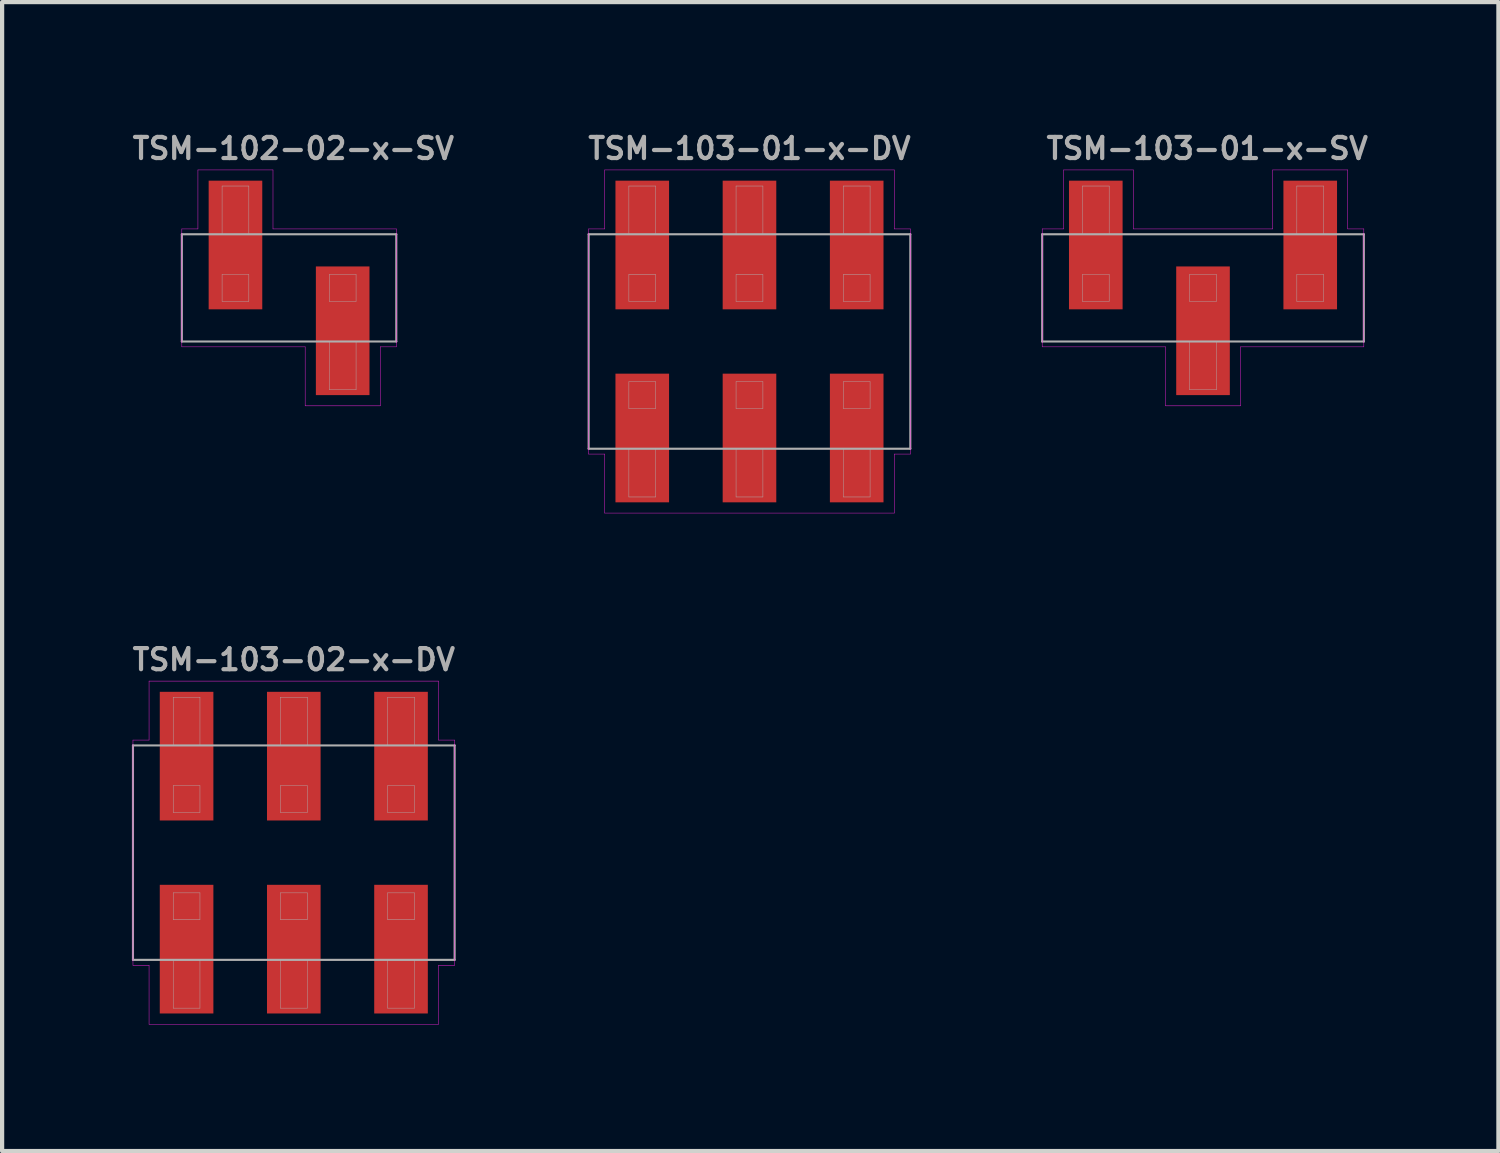
<source format=kicad_pcb>
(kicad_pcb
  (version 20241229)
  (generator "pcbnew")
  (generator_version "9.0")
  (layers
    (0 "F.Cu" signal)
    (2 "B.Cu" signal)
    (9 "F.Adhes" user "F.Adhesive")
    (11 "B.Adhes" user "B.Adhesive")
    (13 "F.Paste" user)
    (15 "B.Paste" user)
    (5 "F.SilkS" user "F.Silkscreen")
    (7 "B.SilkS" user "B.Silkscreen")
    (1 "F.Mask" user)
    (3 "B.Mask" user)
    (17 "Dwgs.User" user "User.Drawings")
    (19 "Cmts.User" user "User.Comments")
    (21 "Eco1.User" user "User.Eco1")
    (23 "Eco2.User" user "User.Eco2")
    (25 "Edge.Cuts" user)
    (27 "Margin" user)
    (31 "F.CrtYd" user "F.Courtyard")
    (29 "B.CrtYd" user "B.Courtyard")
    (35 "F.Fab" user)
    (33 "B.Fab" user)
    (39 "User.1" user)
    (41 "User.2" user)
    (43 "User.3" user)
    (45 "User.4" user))
  (footprint "TSM-103-02-x-DV"
    (layer "F.Cu")
    (at 3.91 17.149)
    (property "Reference" "TSM-103-02-x-DV" (at 0 -4.572 0) (layer "F.Fab") (effects (font (size 0.5 0.5) (thickness 0.1))))
    (attr smd)
    (fp_line (start -3.81 -2.667) (end -3.429 -2.667) (stroke (width 0.01) (type solid)) (layer "F.CrtYd"))
    (fp_line (start -3.81 2.667) (end -3.81 -2.667) (stroke (width 0.01) (type solid)) (layer "F.CrtYd"))
    (fp_line (start -3.429 -4.064) (end 3.429 -4.064) (stroke (width 0.01) (type solid)) (layer "F.CrtYd"))
    (fp_line (start -3.429 -2.667) (end -3.429 -4.064) (stroke (width 0.01) (type solid)) (layer "F.CrtYd"))
    (fp_line (start -3.429 2.667) (end -3.81 2.667) (stroke (width 0.01) (type solid)) (layer "F.CrtYd"))
    (fp_line (start -3.429 4.064) (end -3.429 2.667) (stroke (width 0.01) (type solid)) (layer "F.CrtYd"))
    (fp_line (start 3.429 -4.064) (end 3.429 -2.667) (stroke (width 0.01) (type solid)) (layer "F.CrtYd"))
    (fp_line (start 3.429 -2.667) (end 3.81 -2.667) (stroke (width 0.01) (type solid)) (layer "F.CrtYd"))
    (fp_line (start 3.429 2.667) (end 3.429 4.064) (stroke (width 0.01) (type solid)) (layer "F.CrtYd"))
    (fp_line (start 3.429 4.064) (end -3.429 4.064) (stroke (width 0.01) (type solid)) (layer "F.CrtYd"))
    (fp_line (start 3.81 -2.667) (end 3.81 2.667) (stroke (width 0.01) (type solid)) (layer "F.CrtYd"))
    (fp_line (start 3.81 2.667) (end 3.429 2.667) (stroke (width 0.01) (type solid)) (layer "F.CrtYd"))
    (fp_line (start -3.81 -2.54) (end 3.81 -2.54) (stroke (width 0.05) (type solid)) (layer "F.Fab"))
    (fp_line (start -3.81 2.54) (end -3.81 -2.54) (stroke (width 0.05) (type solid)) (layer "F.Fab"))
    (fp_line (start -2.857 -3.683) (end -2.223 -3.683) (stroke (width 0.01) (type solid)) (layer "F.Fab"))
    (fp_line (start -2.857 -2.54) (end -2.857 -3.683) (stroke (width 0.01) (type solid)) (layer "F.Fab"))
    (fp_line (start -2.857 -1.587) (end -2.857 -0.953) (stroke (width 0.01) (type solid)) (layer "F.Fab"))
    (fp_line (start -2.857 -0.953) (end -2.223 -0.953) (stroke (width 0.01) (type solid)) (layer "F.Fab"))
    (fp_line (start -2.857 0.953) (end -2.857 1.587) (stroke (width 0.01) (type solid)) (layer "F.Fab"))
    (fp_line (start -2.857 1.587) (end -2.223 1.587) (stroke (width 0.01) (type solid)) (layer "F.Fab"))
    (fp_line (start -2.857 3.683) (end -2.857 2.54) (stroke (width 0.01) (type solid)) (layer "F.Fab"))
    (fp_line (start -2.223 -3.683) (end -2.223 -2.54) (stroke (width 0.01) (type solid)) (layer "F.Fab"))
    (fp_line (start -2.223 -1.587) (end -2.857 -1.587) (stroke (width 0.01) (type solid)) (layer "F.Fab"))
    (fp_line (start -2.223 -0.953) (end -2.223 -1.587) (stroke (width 0.01) (type solid)) (layer "F.Fab"))
    (fp_line (start -2.223 0.953) (end -2.857 0.953) (stroke (width 0.01) (type solid)) (layer "F.Fab"))
    (fp_line (start -2.223 1.587) (end -2.223 0.953) (stroke (width 0.01) (type solid)) (layer "F.Fab"))
    (fp_line (start -2.223 2.54) (end -2.223 3.683) (stroke (width 0.01) (type solid)) (layer "F.Fab"))
    (fp_line (start -2.223 3.683) (end -2.857 3.683) (stroke (width 0.01) (type solid)) (layer "F.Fab"))
    (fp_line (start -0.318 -3.683) (end 0.318 -3.683) (stroke (width 0.01) (type solid)) (layer "F.Fab"))
    (fp_line (start -0.318 -2.54) (end -0.318 -3.683) (stroke (width 0.01) (type solid)) (layer "F.Fab"))
    (fp_line (start -0.318 -1.587) (end -0.318 -0.953) (stroke (width 0.01) (type solid)) (layer "F.Fab"))
    (fp_line (start -0.318 -0.953) (end 0.318 -0.953) (stroke (width 0.01) (type solid)) (layer "F.Fab"))
    (fp_line (start -0.318 0.953) (end -0.318 1.587) (stroke (width 0.01) (type solid)) (layer "F.Fab"))
    (fp_line (start -0.318 1.587) (end 0.318 1.587) (stroke (width 0.01) (type solid)) (layer "F.Fab"))
    (fp_line (start -0.318 3.683) (end -0.318 2.54) (stroke (width 0.01) (type solid)) (layer "F.Fab"))
    (fp_line (start 0.318 -3.683) (end 0.318 -2.54) (stroke (width 0.01) (type solid)) (layer "F.Fab"))
    (fp_line (start 0.318 -1.587) (end -0.318 -1.587) (stroke (width 0.01) (type solid)) (layer "F.Fab"))
    (fp_line (start 0.318 -0.953) (end 0.318 -1.587) (stroke (width 0.01) (type solid)) (layer "F.Fab"))
    (fp_line (start 0.318 0.953) (end -0.318 0.953) (stroke (width 0.01) (type solid)) (layer "F.Fab"))
    (fp_line (start 0.318 1.587) (end 0.318 0.953) (stroke (width 0.01) (type solid)) (layer "F.Fab"))
    (fp_line (start 0.318 2.54) (end 0.318 3.683) (stroke (width 0.01) (type solid)) (layer "F.Fab"))
    (fp_line (start 0.318 3.683) (end -0.318 3.683) (stroke (width 0.01) (type solid)) (layer "F.Fab"))
    (fp_line (start 2.223 -3.683) (end 2.857 -3.683) (stroke (width 0.01) (type solid)) (layer "F.Fab"))
    (fp_line (start 2.223 -2.54) (end 2.223 -3.683) (stroke (width 0.01) (type solid)) (layer "F.Fab"))
    (fp_line (start 2.223 -1.587) (end 2.223 -0.953) (stroke (width 0.01) (type solid)) (layer "F.Fab"))
    (fp_line (start 2.223 -0.953) (end 2.857 -0.953) (stroke (width 0.01) (type solid)) (layer "F.Fab"))
    (fp_line (start 2.223 0.953) (end 2.223 1.587) (stroke (width 0.01) (type solid)) (layer "F.Fab"))
    (fp_line (start 2.223 1.587) (end 2.857 1.587) (stroke (width 0.01) (type solid)) (layer "F.Fab"))
    (fp_line (start 2.223 3.683) (end 2.223 2.54) (stroke (width 0.01) (type solid)) (layer "F.Fab"))
    (fp_line (start 2.857 -3.683) (end 2.857 -2.54) (stroke (width 0.01) (type solid)) (layer "F.Fab"))
    (fp_line (start 2.857 -1.587) (end 2.223 -1.587) (stroke (width 0.01) (type solid)) (layer "F.Fab"))
    (fp_line (start 2.857 -0.953) (end 2.857 -1.587) (stroke (width 0.01) (type solid)) (layer "F.Fab"))
    (fp_line (start 2.857 0.953) (end 2.223 0.953) (stroke (width 0.01) (type solid)) (layer "F.Fab"))
    (fp_line (start 2.857 1.587) (end 2.857 0.953) (stroke (width 0.01) (type solid)) (layer "F.Fab"))
    (fp_line (start 2.857 2.54) (end 2.857 3.683) (stroke (width 0.01) (type solid)) (layer "F.Fab"))
    (fp_line (start 2.857 3.683) (end 2.223 3.683) (stroke (width 0.01) (type solid)) (layer "F.Fab"))
    (fp_line (start 3.81 -2.54) (end 3.81 2.54) (stroke (width 0.05) (type solid)) (layer "F.Fab"))
    (fp_line (start 3.81 2.54) (end -3.81 2.54) (stroke (width 0.05) (type solid)) (layer "F.Fab"))
    (pad "1" smd rect (at -2.54 2.286) (size 1.27 3.048) (layers "F.Cu" "F.Mask" "F.Paste"))
    (pad "2" smd rect (at -2.54 -2.286) (size 1.27 3.048) (layers "F.Cu" "F.Mask" "F.Paste"))
    (pad "3" smd rect (at 0 2.286) (size 1.27 3.048) (layers "F.Cu" "F.Mask" "F.Paste"))
    (pad "4" smd rect (at 0 -2.286) (size 1.27 3.048) (layers "F.Cu" "F.Mask" "F.Paste"))
    (pad "5" smd rect (at 2.54 2.286) (size 1.27 3.048) (layers "F.Cu" "F.Mask" "F.Paste"))
    (pad "6" smd rect (at 2.54 -2.286) (size 1.27 3.048) (layers "F.Cu" "F.Mask" "F.Paste")))
  (footprint "TSM-102-02-x-SV"
    (layer "F.Cu")
    (at 3.798 3.77)
    (property "Reference" "TSM-102-02-x-SV" (at 0.1 -3.302 0) (layer "F.Fab") (effects (font (size 0.5 0.5) (thickness 0.1))))
    (attr smd)
    (fp_line (start -2.54 -1.397) (end -2.54 1.397) (stroke (width 0.01) (type solid)) (layer "F.CrtYd"))
    (fp_line (start -2.54 -1.397) (end -2.159 -1.397) (stroke (width 0.01) (type solid)) (layer "F.CrtYd"))
    (fp_line (start -2.54 1.397) (end 0.381 1.397) (stroke (width 0.01) (type solid)) (layer "F.CrtYd"))
    (fp_line (start -2.159 -2.794) (end -0.381 -2.794) (stroke (width 0.01) (type solid)) (layer "F.CrtYd"))
    (fp_line (start -2.159 -1.397) (end -2.159 -2.794) (stroke (width 0.01) (type solid)) (layer "F.CrtYd"))
    (fp_line (start -0.381 -2.794) (end -0.381 -1.397) (stroke (width 0.01) (type solid)) (layer "F.CrtYd"))
    (fp_line (start -0.381 -1.397) (end 2.54 -1.397) (stroke (width 0.01) (type solid)) (layer "F.CrtYd"))
    (fp_line (start 0.381 1.397) (end 0.381 2.794) (stroke (width 0.01) (type solid)) (layer "F.CrtYd"))
    (fp_line (start 0.381 2.794) (end 2.159 2.794) (stroke (width 0.01) (type solid)) (layer "F.CrtYd"))
    (fp_line (start 2.159 1.397) (end 2.54 1.397) (stroke (width 0.01) (type solid)) (layer "F.CrtYd"))
    (fp_line (start 2.159 2.794) (end 2.159 1.397) (stroke (width 0.01) (type solid)) (layer "F.CrtYd"))
    (fp_line (start 2.54 1.397) (end 2.54 -1.397) (stroke (width 0.01) (type solid)) (layer "F.CrtYd"))
    (fp_line (start -2.54 -1.27) (end -2.54 1.27) (stroke (width 0.05) (type solid)) (layer "F.Fab"))
    (fp_line (start -2.54 1.27) (end 2.54 1.27) (stroke (width 0.05) (type solid)) (layer "F.Fab"))
    (fp_line (start -1.587 -2.413) (end -0.953 -2.413) (stroke (width 0.01) (type solid)) (layer "F.Fab"))
    (fp_line (start -1.587 -1.27) (end -1.587 -2.413) (stroke (width 0.01) (type solid)) (layer "F.Fab"))
    (fp_line (start -1.587 -0.318) (end -1.587 0.318) (stroke (width 0.01) (type solid)) (layer "F.Fab"))
    (fp_line (start -1.587 0.318) (end -0.953 0.318) (stroke (width 0.01) (type solid)) (layer "F.Fab"))
    (fp_line (start -0.953 -2.413) (end -0.953 -1.27) (stroke (width 0.01) (type solid)) (layer "F.Fab"))
    (fp_line (start -0.953 -0.318) (end -1.587 -0.318) (stroke (width 0.01) (type solid)) (layer "F.Fab"))
    (fp_line (start -0.953 0.318) (end -0.953 -0.318) (stroke (width 0.01) (type solid)) (layer "F.Fab"))
    (fp_line (start 0.953 -0.318) (end 0.953 0.318) (stroke (width 0.01) (type solid)) (layer "F.Fab"))
    (fp_line (start 0.953 0.318) (end 1.587 0.318) (stroke (width 0.01) (type solid)) (layer "F.Fab"))
    (fp_line (start 0.953 2.413) (end 0.953 1.27) (stroke (width 0.01) (type solid)) (layer "F.Fab"))
    (fp_line (start 1.587 -0.318) (end 0.953 -0.318) (stroke (width 0.01) (type solid)) (layer "F.Fab"))
    (fp_line (start 1.587 0.318) (end 1.587 -0.318) (stroke (width 0.01) (type solid)) (layer "F.Fab"))
    (fp_line (start 1.587 1.27) (end 1.587 2.413) (stroke (width 0.01) (type solid)) (layer "F.Fab"))
    (fp_line (start 1.587 2.413) (end 0.953 2.413) (stroke (width 0.01) (type solid)) (layer "F.Fab"))
    (fp_line (start 2.54 -1.27) (end -2.54 -1.27) (stroke (width 0.05) (type solid)) (layer "F.Fab"))
    (fp_line (start 2.54 1.27) (end 2.54 -1.27) (stroke (width 0.05) (type solid)) (layer "F.Fab"))
    (pad "1" smd rect (at -1.27 -1.016) (size 1.27 3.048) (layers "F.Cu" "F.Mask" "F.Paste"))
    (pad "2" smd rect (at 1.27 1.016) (size 1.27 3.048) (layers "F.Cu" "F.Mask" "F.Paste")))
  (footprint "TSM-103-01-x-SV"
    (layer "F.Cu")
    (at 25.449 3.77)
    (property "Reference" "TSM-103-01-x-SV" (at 0.1 -3.302 0) (layer "F.Fab") (effects (font (size 0.5 0.5) (thickness 0.1))))
    (attr smd)
    (fp_line (start -3.81 -1.397) (end -3.302 -1.397) (stroke (width 0.01) (type solid)) (layer "F.CrtYd"))
    (fp_line (start -3.81 1.397) (end -3.81 -1.397) (stroke (width 0.01) (type solid)) (layer "F.CrtYd"))
    (fp_line (start -3.302 -2.794) (end -1.651 -2.794) (stroke (width 0.01) (type solid)) (layer "F.CrtYd"))
    (fp_line (start -3.302 -1.397) (end -3.302 -2.794) (stroke (width 0.01) (type solid)) (layer "F.CrtYd"))
    (fp_line (start -1.651 -2.794) (end -1.651 -1.397) (stroke (width 0.01) (type solid)) (layer "F.CrtYd"))
    (fp_line (start -1.651 -1.397) (end 1.651 -1.397) (stroke (width 0.01) (type solid)) (layer "F.CrtYd"))
    (fp_line (start -0.889 1.397) (end -3.81 1.397) (stroke (width 0.01) (type solid)) (layer "F.CrtYd"))
    (fp_line (start -0.889 2.794) (end -0.889 1.397) (stroke (width 0.01) (type solid)) (layer "F.CrtYd"))
    (fp_line (start 0.889 1.397) (end 0.889 2.794) (stroke (width 0.01) (type solid)) (layer "F.CrtYd"))
    (fp_line (start 0.889 2.794) (end -0.889 2.794) (stroke (width 0.01) (type solid)) (layer "F.CrtYd"))
    (fp_line (start 1.651 -2.794) (end 3.429 -2.794) (stroke (width 0.01) (type solid)) (layer "F.CrtYd"))
    (fp_line (start 1.651 -1.397) (end 1.651 -2.794) (stroke (width 0.01) (type solid)) (layer "F.CrtYd"))
    (fp_line (start 3.429 -2.794) (end 3.429 -1.397) (stroke (width 0.01) (type solid)) (layer "F.CrtYd"))
    (fp_line (start 3.429 -1.397) (end 3.81 -1.397) (stroke (width 0.01) (type solid)) (layer "F.CrtYd"))
    (fp_line (start 3.81 -1.397) (end 3.81 1.397) (stroke (width 0.01) (type solid)) (layer "F.CrtYd"))
    (fp_line (start 3.81 1.397) (end 0.889 1.397) (stroke (width 0.01) (type solid)) (layer "F.CrtYd"))
    (fp_line (start -3.81 -1.27) (end -3.81 1.27) (stroke (width 0.05) (type solid)) (layer "F.Fab"))
    (fp_line (start -3.81 1.27) (end 3.81 1.27) (stroke (width 0.05) (type solid)) (layer "F.Fab"))
    (fp_line (start -2.857 -2.413) (end -2.223 -2.413) (stroke (width 0.01) (type solid)) (layer "F.Fab"))
    (fp_line (start -2.857 -1.27) (end -2.857 -2.413) (stroke (width 0.01) (type solid)) (layer "F.Fab"))
    (fp_line (start -2.857 -0.318) (end -2.857 0.318) (stroke (width 0.01) (type solid)) (layer "F.Fab"))
    (fp_line (start -2.857 0.318) (end -2.223 0.318) (stroke (width 0.01) (type solid)) (layer "F.Fab"))
    (fp_line (start -2.223 -2.413) (end -2.223 -1.27) (stroke (width 0.01) (type solid)) (layer "F.Fab"))
    (fp_line (start -2.223 -0.318) (end -2.857 -0.318) (stroke (width 0.01) (type solid)) (layer "F.Fab"))
    (fp_line (start -2.223 0.318) (end -2.223 -0.318) (stroke (width 0.01) (type solid)) (layer "F.Fab"))
    (fp_line (start -0.318 -0.318) (end -0.318 0.318) (stroke (width 0.01) (type solid)) (layer "F.Fab"))
    (fp_line (start -0.318 0.318) (end 0.318 0.318) (stroke (width 0.01) (type solid)) (layer "F.Fab"))
    (fp_line (start -0.318 2.413) (end -0.318 1.27) (stroke (width 0.01) (type solid)) (layer "F.Fab"))
    (fp_line (start 0.318 -0.318) (end -0.318 -0.318) (stroke (width 0.01) (type solid)) (layer "F.Fab"))
    (fp_line (start 0.318 0.318) (end 0.318 -0.318) (stroke (width 0.01) (type solid)) (layer "F.Fab"))
    (fp_line (start 0.318 1.27) (end 0.318 2.413) (stroke (width 0.01) (type solid)) (layer "F.Fab"))
    (fp_line (start 0.318 2.413) (end -0.318 2.413) (stroke (width 0.01) (type solid)) (layer "F.Fab"))
    (fp_line (start 2.223 -2.413) (end 2.857 -2.413) (stroke (width 0.01) (type solid)) (layer "F.Fab"))
    (fp_line (start 2.223 -1.27) (end 2.223 -2.413) (stroke (width 0.01) (type solid)) (layer "F.Fab"))
    (fp_line (start 2.223 -0.318) (end 2.223 0.318) (stroke (width 0.01) (type solid)) (layer "F.Fab"))
    (fp_line (start 2.223 0.318) (end 2.857 0.318) (stroke (width 0.01) (type solid)) (layer "F.Fab"))
    (fp_line (start 2.857 -2.413) (end 2.857 -1.27) (stroke (width 0.01) (type solid)) (layer "F.Fab"))
    (fp_line (start 2.857 -0.318) (end 2.223 -0.318) (stroke (width 0.01) (type solid)) (layer "F.Fab"))
    (fp_line (start 2.857 0.318) (end 2.857 -0.318) (stroke (width 0.01) (type solid)) (layer "F.Fab"))
    (fp_line (start 3.81 -1.27) (end -3.81 -1.27) (stroke (width 0.05) (type solid)) (layer "F.Fab"))
    (fp_line (start 3.81 1.27) (end 3.81 -1.27) (stroke (width 0.05) (type solid)) (layer "F.Fab"))
    (pad "1" smd rect (at -2.54 -1.016) (size 1.27 3.048) (layers "F.Cu" "F.Mask" "F.Paste"))
    (pad "2" smd rect (at 0 1.016) (size 1.27 3.048) (layers "F.Cu" "F.Mask" "F.Paste"))
    (pad "3" smd rect (at 2.54 -1.016) (size 1.27 3.048) (layers "F.Cu" "F.Mask" "F.Paste")))
  (footprint "TSM-103-01-x-DV"
    (layer "F.Cu")
    (at 14.705 5.04)
    (property "Reference" "TSM-103-01-x-DV" (at 0 -4.572 0) (layer "F.Fab") (effects (font (size 0.5 0.5) (thickness 0.1))))
    (attr smd)
    (fp_line (start -3.81 -2.667) (end -3.429 -2.667) (stroke (width 0.01) (type solid)) (layer "F.CrtYd"))
    (fp_line (start -3.81 2.667) (end -3.81 -2.667) (stroke (width 0.01) (type solid)) (layer "F.CrtYd"))
    (fp_line (start -3.429 -4.064) (end 3.429 -4.064) (stroke (width 0.01) (type solid)) (layer "F.CrtYd"))
    (fp_line (start -3.429 -2.667) (end -3.429 -4.064) (stroke (width 0.01) (type solid)) (layer "F.CrtYd"))
    (fp_line (start -3.429 2.667) (end -3.81 2.667) (stroke (width 0.01) (type solid)) (layer "F.CrtYd"))
    (fp_line (start -3.429 4.064) (end -3.429 2.667) (stroke (width 0.01) (type solid)) (layer "F.CrtYd"))
    (fp_line (start 3.429 -4.064) (end 3.429 -2.667) (stroke (width 0.01) (type solid)) (layer "F.CrtYd"))
    (fp_line (start 3.429 -2.667) (end 3.81 -2.667) (stroke (width 0.01) (type solid)) (layer "F.CrtYd"))
    (fp_line (start 3.429 2.667) (end 3.429 4.064) (stroke (width 0.01) (type solid)) (layer "F.CrtYd"))
    (fp_line (start 3.429 4.064) (end -3.429 4.064) (stroke (width 0.01) (type solid)) (layer "F.CrtYd"))
    (fp_line (start 3.81 -2.667) (end 3.81 2.667) (stroke (width 0.01) (type solid)) (layer "F.CrtYd"))
    (fp_line (start 3.81 2.667) (end 3.429 2.667) (stroke (width 0.01) (type solid)) (layer "F.CrtYd"))
    (fp_line (start -3.81 -2.54) (end 3.81 -2.54) (stroke (width 0.05) (type solid)) (layer "F.Fab"))
    (fp_line (start -3.81 2.54) (end -3.81 -2.54) (stroke (width 0.05) (type solid)) (layer "F.Fab"))
    (fp_line (start -2.857 -3.683) (end -2.223 -3.683) (stroke (width 0.01) (type solid)) (layer "F.Fab"))
    (fp_line (start -2.857 -2.54) (end -2.857 -3.683) (stroke (width 0.01) (type solid)) (layer "F.Fab"))
    (fp_line (start -2.857 -1.587) (end -2.857 -0.953) (stroke (width 0.01) (type solid)) (layer "F.Fab"))
    (fp_line (start -2.857 -0.953) (end -2.223 -0.953) (stroke (width 0.01) (type solid)) (layer "F.Fab"))
    (fp_line (start -2.857 0.953) (end -2.857 1.587) (stroke (width 0.01) (type solid)) (layer "F.Fab"))
    (fp_line (start -2.857 1.587) (end -2.223 1.587) (stroke (width 0.01) (type solid)) (layer "F.Fab"))
    (fp_line (start -2.857 3.683) (end -2.857 2.54) (stroke (width 0.01) (type solid)) (layer "F.Fab"))
    (fp_line (start -2.223 -3.683) (end -2.223 -2.54) (stroke (width 0.01) (type solid)) (layer "F.Fab"))
    (fp_line (start -2.223 -1.587) (end -2.857 -1.587) (stroke (width 0.01) (type solid)) (layer "F.Fab"))
    (fp_line (start -2.223 -0.953) (end -2.223 -1.587) (stroke (width 0.01) (type solid)) (layer "F.Fab"))
    (fp_line (start -2.223 0.953) (end -2.857 0.953) (stroke (width 0.01) (type solid)) (layer "F.Fab"))
    (fp_line (start -2.223 1.587) (end -2.223 0.953) (stroke (width 0.01) (type solid)) (layer "F.Fab"))
    (fp_line (start -2.223 2.54) (end -2.223 3.683) (stroke (width 0.01) (type solid)) (layer "F.Fab"))
    (fp_line (start -2.223 3.683) (end -2.857 3.683) (stroke (width 0.01) (type solid)) (layer "F.Fab"))
    (fp_line (start -0.318 -3.683) (end 0.318 -3.683) (stroke (width 0.01) (type solid)) (layer "F.Fab"))
    (fp_line (start -0.318 -2.54) (end -0.318 -3.683) (stroke (width 0.01) (type solid)) (layer "F.Fab"))
    (fp_line (start -0.318 -1.587) (end -0.318 -0.953) (stroke (width 0.01) (type solid)) (layer "F.Fab"))
    (fp_line (start -0.318 -0.953) (end 0.318 -0.953) (stroke (width 0.01) (type solid)) (layer "F.Fab"))
    (fp_line (start -0.318 0.953) (end -0.318 1.587) (stroke (width 0.01) (type solid)) (layer "F.Fab"))
    (fp_line (start -0.318 1.587) (end 0.318 1.587) (stroke (width 0.01) (type solid)) (layer "F.Fab"))
    (fp_line (start -0.318 3.683) (end -0.318 2.54) (stroke (width 0.01) (type solid)) (layer "F.Fab"))
    (fp_line (start 0.318 -3.683) (end 0.318 -2.54) (stroke (width 0.01) (type solid)) (layer "F.Fab"))
    (fp_line (start 0.318 -1.587) (end -0.318 -1.587) (stroke (width 0.01) (type solid)) (layer "F.Fab"))
    (fp_line (start 0.318 -0.953) (end 0.318 -1.587) (stroke (width 0.01) (type solid)) (layer "F.Fab"))
    (fp_line (start 0.318 0.953) (end -0.318 0.953) (stroke (width 0.01) (type solid)) (layer "F.Fab"))
    (fp_line (start 0.318 1.587) (end 0.318 0.953) (stroke (width 0.01) (type solid)) (layer "F.Fab"))
    (fp_line (start 0.318 2.54) (end 0.318 3.683) (stroke (width 0.01) (type solid)) (layer "F.Fab"))
    (fp_line (start 0.318 3.683) (end -0.318 3.683) (stroke (width 0.01) (type solid)) (layer "F.Fab"))
    (fp_line (start 2.223 -3.683) (end 2.857 -3.683) (stroke (width 0.01) (type solid)) (layer "F.Fab"))
    (fp_line (start 2.223 -2.54) (end 2.223 -3.683) (stroke (width 0.01) (type solid)) (layer "F.Fab"))
    (fp_line (start 2.223 -1.587) (end 2.223 -0.953) (stroke (width 0.01) (type solid)) (layer "F.Fab"))
    (fp_line (start 2.223 -0.953) (end 2.857 -0.953) (stroke (width 0.01) (type solid)) (layer "F.Fab"))
    (fp_line (start 2.223 0.953) (end 2.223 1.587) (stroke (width 0.01) (type solid)) (layer "F.Fab"))
    (fp_line (start 2.223 1.587) (end 2.857 1.587) (stroke (width 0.01) (type solid)) (layer "F.Fab"))
    (fp_line (start 2.223 3.683) (end 2.223 2.54) (stroke (width 0.01) (type solid)) (layer "F.Fab"))
    (fp_line (start 2.857 -3.683) (end 2.857 -2.54) (stroke (width 0.01) (type solid)) (layer "F.Fab"))
    (fp_line (start 2.857 -1.587) (end 2.223 -1.587) (stroke (width 0.01) (type solid)) (layer "F.Fab"))
    (fp_line (start 2.857 -0.953) (end 2.857 -1.587) (stroke (width 0.01) (type solid)) (layer "F.Fab"))
    (fp_line (start 2.857 0.953) (end 2.223 0.953) (stroke (width 0.01) (type solid)) (layer "F.Fab"))
    (fp_line (start 2.857 1.587) (end 2.857 0.953) (stroke (width 0.01) (type solid)) (layer "F.Fab"))
    (fp_line (start 2.857 2.54) (end 2.857 3.683) (stroke (width 0.01) (type solid)) (layer "F.Fab"))
    (fp_line (start 2.857 3.683) (end 2.223 3.683) (stroke (width 0.01) (type solid)) (layer "F.Fab"))
    (fp_line (start 3.81 -2.54) (end 3.81 2.54) (stroke (width 0.05) (type solid)) (layer "F.Fab"))
    (fp_line (start 3.81 2.54) (end -3.81 2.54) (stroke (width 0.05) (type solid)) (layer "F.Fab"))
    (pad "1" smd rect (at -2.54 2.286) (size 1.27 3.048) (layers "F.Cu" "F.Mask" "F.Paste"))
    (pad "2" smd rect (at -2.54 -2.286) (size 1.27 3.048) (layers "F.Cu" "F.Mask" "F.Paste"))
    (pad "3" smd rect (at 0 2.286) (size 1.27 3.048) (layers "F.Cu" "F.Mask" "F.Paste"))
    (pad "4" smd rect (at 0 -2.286) (size 1.27 3.048) (layers "F.Cu" "F.Mask" "F.Paste"))
    (pad "5" smd rect (at 2.54 2.286) (size 1.27 3.048) (layers "F.Cu" "F.Mask" "F.Paste"))
    (pad "6" smd rect (at 2.54 -2.286) (size 1.27 3.048) (layers "F.Cu" "F.Mask" "F.Paste")))
  (gr_rect
    (start -3 -3)
    (end 32.447 24.218)
    (stroke (width 0.1) (type default))
    (fill no)
    (layer "Edge.Cuts")))
</source>
